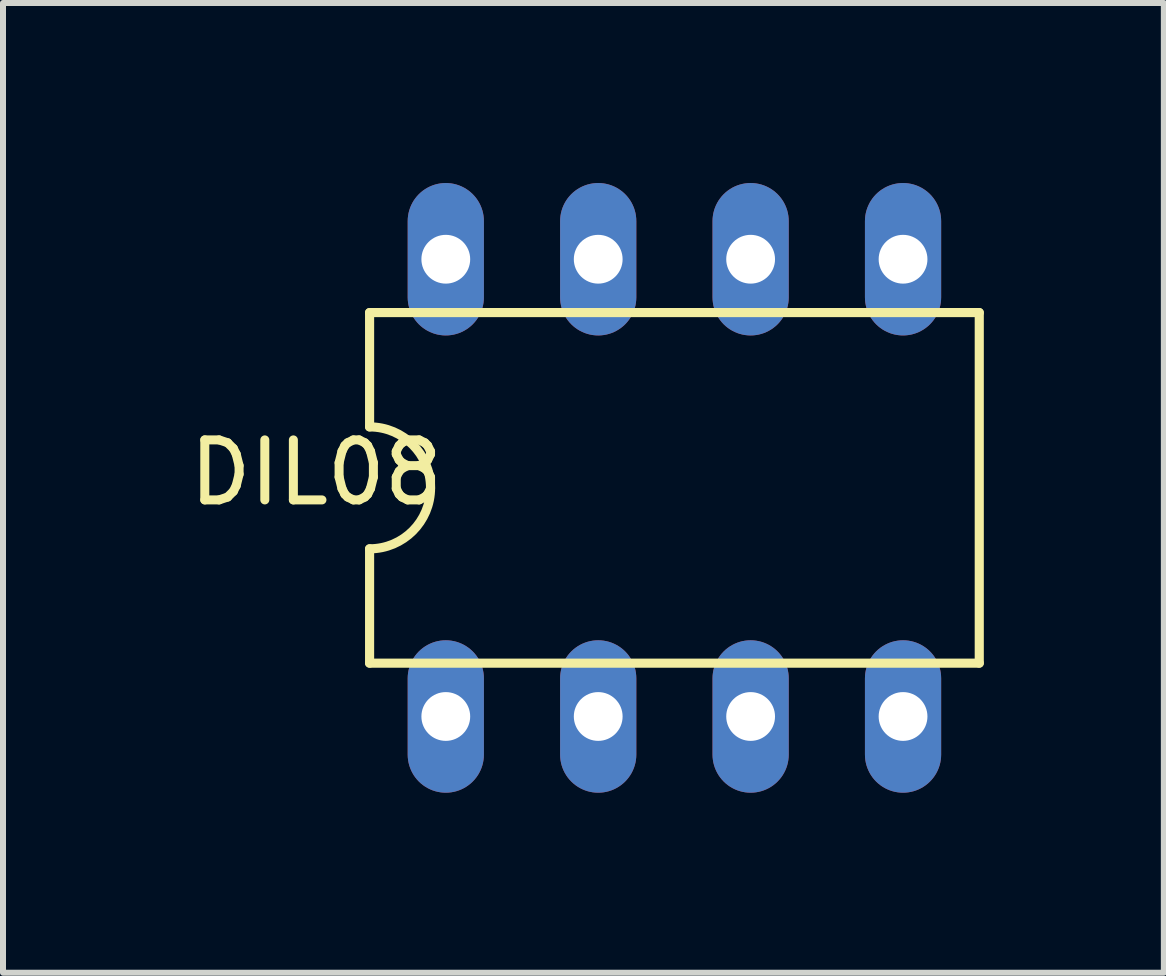
<source format=kicad_pcb>
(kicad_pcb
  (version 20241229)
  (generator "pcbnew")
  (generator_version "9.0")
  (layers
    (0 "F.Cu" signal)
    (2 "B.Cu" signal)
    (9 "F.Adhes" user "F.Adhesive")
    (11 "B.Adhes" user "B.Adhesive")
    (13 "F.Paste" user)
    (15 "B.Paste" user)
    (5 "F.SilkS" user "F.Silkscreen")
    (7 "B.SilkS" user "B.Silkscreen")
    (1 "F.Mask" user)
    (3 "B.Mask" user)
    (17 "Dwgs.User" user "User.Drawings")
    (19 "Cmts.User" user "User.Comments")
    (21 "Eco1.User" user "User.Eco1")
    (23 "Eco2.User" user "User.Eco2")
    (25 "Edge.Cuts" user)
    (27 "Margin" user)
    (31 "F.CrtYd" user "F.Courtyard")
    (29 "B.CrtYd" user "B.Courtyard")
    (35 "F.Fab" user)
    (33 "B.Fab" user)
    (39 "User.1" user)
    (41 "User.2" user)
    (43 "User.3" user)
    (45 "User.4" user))
  (footprint "DIL08"
    (layer "F.Cu")
    (at 8.189 5.08)
    (property "Reference" "DIL08" (at -5.969 -0.254 180) (layer "F.SilkS") (effects (font (size 1 1) (thickness 0.15))))
    (attr through_hole)
    (fp_line (start -5.08 -2.921) (end -5.08 -1.016) (stroke (width 0.152) (type solid)) (layer "F.SilkS"))
    (fp_line (start -5.08 2.921) (end -5.08 1.016) (stroke (width 0.152) (type solid)) (layer "F.SilkS"))
    (fp_line (start -5.08 2.921) (end 5.08 2.921) (stroke (width 0.152) (type solid)) (layer "F.SilkS"))
    (fp_line (start 5.08 -2.921) (end -5.08 -2.921) (stroke (width 0.152) (type solid)) (layer "F.SilkS"))
    (fp_line (start 5.08 -2.921) (end 5.08 2.921) (stroke (width 0.152) (type solid)) (layer "F.SilkS"))
    (fp_arc (start -5.08 -1.016) (mid -4.064 0) (end -5.08 1.016) (stroke (width 0.1524) (type solid)) (layer "F.SilkS"))
    (pad "1" thru_hole oval (at -3.81 3.81) (size 1.27 2.54) (drill 0.813) (layers "*.Cu" "*.Mask"))
    (pad "2" thru_hole oval (at -1.27 3.81) (size 1.27 2.54) (drill 0.813) (layers "*.Cu" "*.Mask"))
    (pad "3" thru_hole oval (at 1.27 3.81) (size 1.27 2.54) (drill 0.813) (layers "*.Cu" "*.Mask"))
    (pad "4" thru_hole oval (at 3.81 3.81) (size 1.27 2.54) (drill 0.813) (layers "*.Cu" "*.Mask"))
    (pad "5" thru_hole oval (at 3.81 -3.81) (size 1.27 2.54) (drill 0.813) (layers "*.Cu" "*.Mask"))
    (pad "6" thru_hole oval (at 1.27 -3.81) (size 1.27 2.54) (drill 0.813) (layers "*.Cu" "*.Mask"))
    (pad "7" thru_hole oval (at -1.27 -3.81) (size 1.27 2.54) (drill 0.813) (layers "*.Cu" "*.Mask"))
    (pad "8" thru_hole oval (at -3.81 -3.81) (size 1.27 2.54) (drill 0.813) (layers "*.Cu" "*.Mask")))
  (gr_rect
    (start -3 -3)
    (end 16.345 13.16)
    (stroke (width 0.1) (type default))
    (fill no)
    (layer "Edge.Cuts")))
</source>
